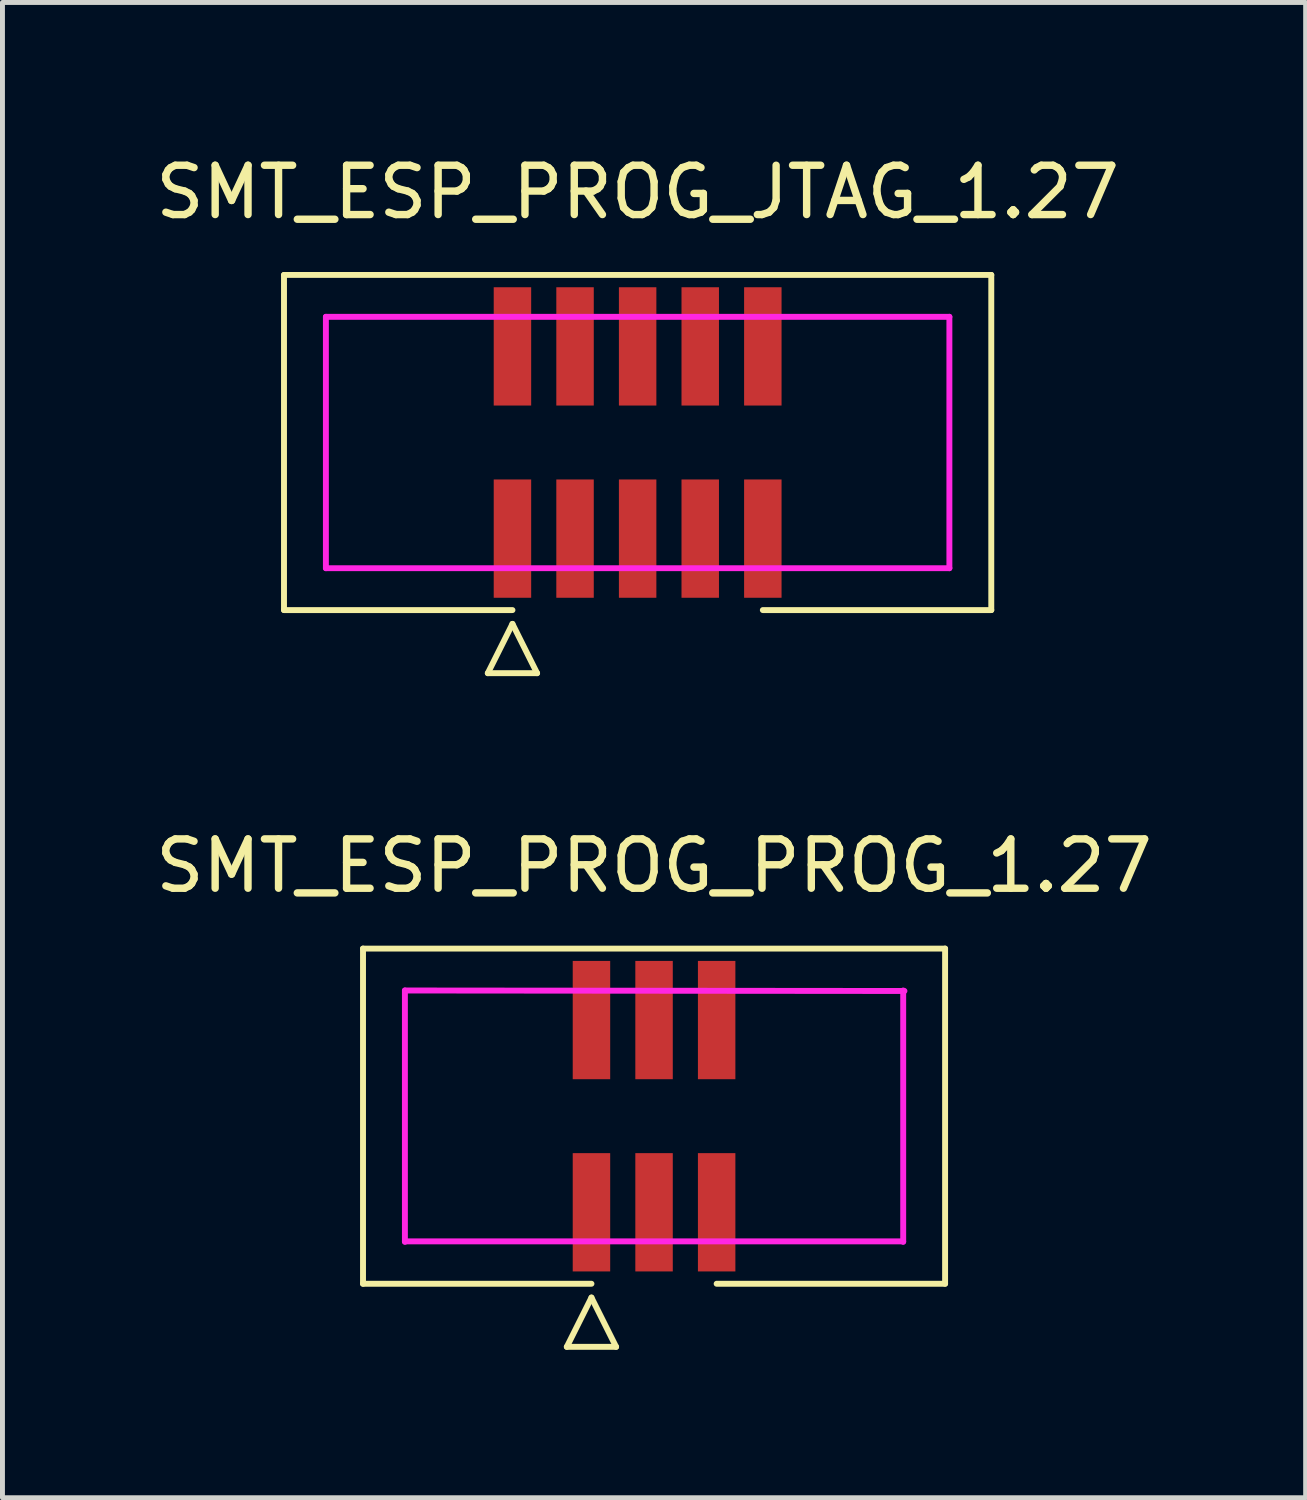
<source format=kicad_pcb>
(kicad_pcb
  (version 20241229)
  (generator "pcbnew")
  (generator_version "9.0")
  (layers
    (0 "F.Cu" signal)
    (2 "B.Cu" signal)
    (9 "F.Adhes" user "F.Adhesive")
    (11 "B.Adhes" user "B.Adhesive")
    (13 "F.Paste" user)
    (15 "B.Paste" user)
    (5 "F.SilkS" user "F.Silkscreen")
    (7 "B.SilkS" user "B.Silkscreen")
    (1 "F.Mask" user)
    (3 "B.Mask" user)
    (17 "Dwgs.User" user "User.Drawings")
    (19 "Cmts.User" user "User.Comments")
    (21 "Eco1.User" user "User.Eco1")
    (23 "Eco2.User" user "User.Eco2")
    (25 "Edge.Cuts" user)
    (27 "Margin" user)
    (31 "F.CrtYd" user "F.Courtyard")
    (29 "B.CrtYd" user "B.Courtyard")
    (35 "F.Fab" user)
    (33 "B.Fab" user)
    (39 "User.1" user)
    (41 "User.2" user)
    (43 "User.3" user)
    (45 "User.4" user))
  (footprint "SMT_ESP_PROG_JTAG_1.27"
    (layer "F.Cu")
    (at 9.887 5.928)
    (property "Reference" "SMT_ESP_PROG_JTAG_1.27" (at 0 -5.08 0) (layer "F.SilkS") (effects (font (size 1 1) (thickness 0.15))))
    (attr smd)
    (fp_line (start -7.175 3.4) (end -7.175 -3.4) (stroke (width 0.12) (type solid)) (layer "F.SilkS"))
    (fp_line (start -3.04 4.68) (end -2.04 4.68) (stroke (width 0.12) (type solid)) (layer "F.SilkS"))
    (fp_line (start -2.54 3.4) (end -7.175 3.4) (stroke (width 0.12) (type solid)) (layer "F.SilkS"))
    (fp_line (start -2.54 3.68) (end -3.04 4.68) (stroke (width 0.12) (type solid)) (layer "F.SilkS"))
    (fp_line (start -2.04 4.68) (end -2.54 3.68) (stroke (width 0.12) (type solid)) (layer "F.SilkS"))
    (fp_line (start 7.175 -3.4) (end -7.175 -3.4) (stroke (width 0.12) (type solid)) (layer "F.SilkS"))
    (fp_line (start 7.175 3.4) (end 2.54 3.4) (stroke (width 0.12) (type solid)) (layer "F.SilkS"))
    (fp_line (start 7.175 3.4) (end 7.175 -3.4) (stroke (width 0.12) (type solid)) (layer "F.SilkS"))
    (fp_line (start -6.325 -2.55) (end -6.325 2.55) (stroke (width 0.12) (type solid)) (layer "F.CrtYd"))
    (fp_line (start 6.325 -2.55) (end -6.325 -2.55) (stroke (width 0.12) (type solid)) (layer "F.CrtYd"))
    (fp_line (start 6.325 2.55) (end -6.325 2.55) (stroke (width 0.12) (type solid)) (layer "F.CrtYd"))
    (fp_line (start 6.325 2.55) (end 6.325 -2.55) (stroke (width 0.12) (type solid)) (layer "F.CrtYd"))
    (pad "1" smd trapezoid (at -2.54 1.95) (size 0.76 2.4) (layers "F.Cu" "F.Mask" "F.Paste"))
    (pad "2" smd trapezoid (at -2.54 -1.95) (size 0.76 2.4) (layers "F.Cu" "F.Mask" "F.Paste"))
    (pad "3" smd trapezoid (at -1.27 1.95) (size 0.76 2.4) (layers "F.Cu" "F.Mask" "F.Paste"))
    (pad "4" smd trapezoid (at -1.27 -1.95) (size 0.76 2.4) (layers "F.Cu" "F.Mask" "F.Paste"))
    (pad "5" smd trapezoid (at 0 1.95) (size 0.76 2.4) (layers "F.Cu" "F.Mask" "F.Paste"))
    (pad "6" smd trapezoid (at 0 -1.95) (size 0.76 2.4) (layers "F.Cu" "F.Mask" "F.Paste"))
    (pad "7" smd trapezoid (at 1.27 1.95) (size 0.76 2.4) (layers "F.Cu" "F.Mask" "F.Paste"))
    (pad "8" smd trapezoid (at 1.27 -1.95) (size 0.76 2.4) (layers "F.Cu" "F.Mask" "F.Paste"))
    (pad "9" smd trapezoid (at 2.54 1.95) (size 0.76 2.4) (layers "F.Cu" "F.Mask" "F.Paste"))
    (pad "10" smd trapezoid (at 2.54 -1.95) (size 0.76 2.4) (layers "F.Cu" "F.Mask" "F.Paste")))
  (footprint "SMT_ESP_PROG_PROG_1.27"
    (layer "F.Cu")
    (at 10.22 19.596)
    (property "Reference" "SMT_ESP_PROG_PROG_1.27" (at 0 -5.08 0) (layer "F.SilkS") (effects (font (size 1 1) (thickness 0.15))))
    (attr smd)
    (fp_line (start -5.905 3.4) (end -5.905 -3.4) (stroke (width 0.12) (type solid)) (layer "F.SilkS"))
    (fp_line (start -1.77 4.68) (end -0.77 4.68) (stroke (width 0.12) (type solid)) (layer "F.SilkS"))
    (fp_line (start -1.27 3.4) (end -5.905 3.4) (stroke (width 0.12) (type solid)) (layer "F.SilkS"))
    (fp_line (start -1.27 3.68) (end -1.77 4.68) (stroke (width 0.12) (type solid)) (layer "F.SilkS"))
    (fp_line (start -0.77 4.68) (end -1.27 3.68) (stroke (width 0.12) (type solid)) (layer "F.SilkS"))
    (fp_line (start 5.905 -3.4) (end -5.905 -3.4) (stroke (width 0.12) (type solid)) (layer "F.SilkS"))
    (fp_line (start 5.905 3.4) (end 1.27 3.4) (stroke (width 0.12) (type solid)) (layer "F.SilkS"))
    (fp_line (start 5.905 3.4) (end 5.905 -3.4) (stroke (width 0.12) (type solid)) (layer "F.SilkS"))
    (fp_line (start -5.055 -2.55) (end -5.055 2.55) (stroke (width 0.12) (type solid)) (layer "F.CrtYd"))
    (fp_line (start 5.055 2.54) (end -5.055 2.54) (stroke (width 0.12) (type solid)) (layer "F.CrtYd"))
    (fp_line (start 5.055 2.55) (end 5.055 -2.55) (stroke (width 0.12) (type solid)) (layer "F.CrtYd"))
    (fp_line (start 5.08 -2.54) (end -5.055 -2.55) (stroke (width 0.12) (type solid)) (layer "F.CrtYd"))
    (pad "1" smd trapezoid (at -1.27 1.95) (size 0.76 2.4) (layers "F.Cu" "F.Mask" "F.Paste"))
    (pad "2" smd trapezoid (at -1.27 -1.95) (size 0.76 2.4) (layers "F.Cu" "F.Mask" "F.Paste"))
    (pad "3" smd trapezoid (at 0 1.95) (size 0.76 2.4) (layers "F.Cu" "F.Mask" "F.Paste"))
    (pad "4" smd trapezoid (at 0 -1.95) (size 0.76 2.4) (layers "F.Cu" "F.Mask" "F.Paste"))
    (pad "5" smd trapezoid (at 1.27 1.95) (size 0.76 2.4) (layers "F.Cu" "F.Mask" "F.Paste"))
    (pad "6" smd trapezoid (at 1.27 -1.95) (size 0.76 2.4) (layers "F.Cu" "F.Mask" "F.Paste")))
  (gr_rect
    (start -3 -3)
    (end 23.44 27.337)
    (stroke (width 0.1) (type default))
    (fill no)
    (layer "Edge.Cuts")))
</source>
